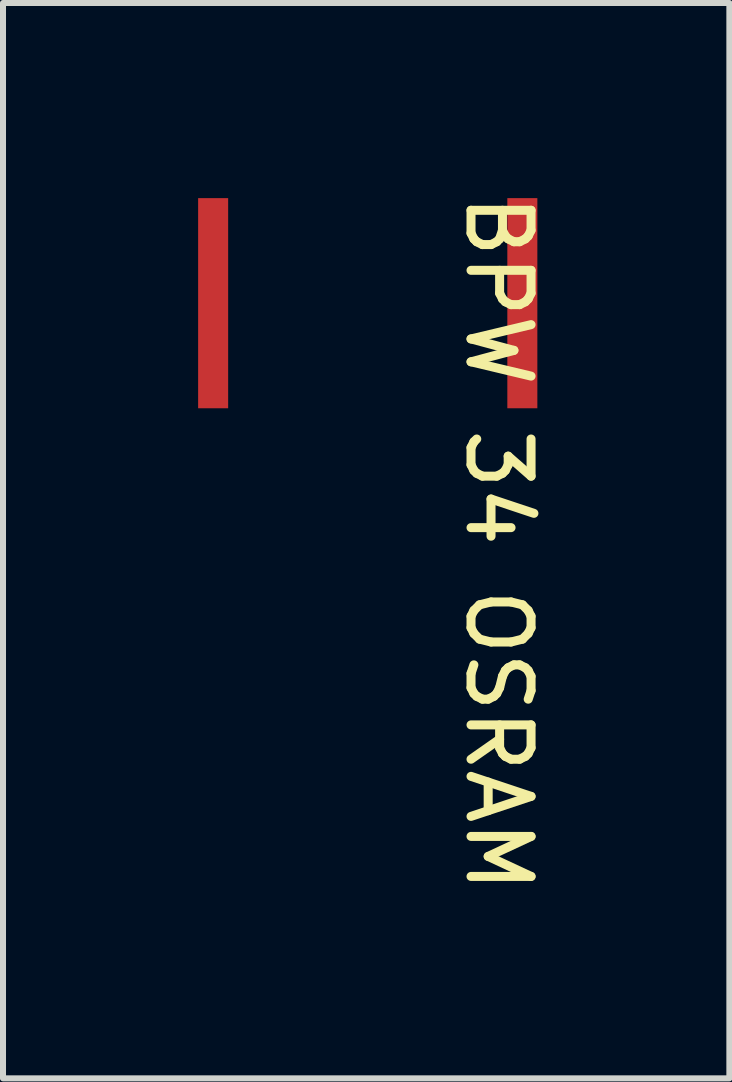
<source format=kicad_pcb>
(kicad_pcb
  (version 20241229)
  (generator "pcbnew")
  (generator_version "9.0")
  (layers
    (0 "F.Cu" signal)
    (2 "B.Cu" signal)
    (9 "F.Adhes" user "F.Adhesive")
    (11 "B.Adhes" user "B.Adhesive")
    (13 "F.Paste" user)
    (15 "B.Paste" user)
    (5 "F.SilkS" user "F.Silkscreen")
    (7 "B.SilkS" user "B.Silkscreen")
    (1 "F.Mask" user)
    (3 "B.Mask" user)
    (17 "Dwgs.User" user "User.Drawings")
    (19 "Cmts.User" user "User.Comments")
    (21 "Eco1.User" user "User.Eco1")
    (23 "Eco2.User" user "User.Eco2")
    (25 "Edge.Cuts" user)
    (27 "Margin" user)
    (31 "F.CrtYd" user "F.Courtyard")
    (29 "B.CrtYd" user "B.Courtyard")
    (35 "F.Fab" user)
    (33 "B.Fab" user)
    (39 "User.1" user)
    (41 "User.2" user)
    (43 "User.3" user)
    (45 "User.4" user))
  (footprint "BPW 34 OSRAM"
    (layer "F.Cu")
    (at 0.25 0.25)
    (property "Reference" "BPW 34 OSRAM" (at 5 5.75 270) (unlocked yes) (layer "F.SilkS") (effects (font (size 1 1) (thickness 0.15))))
    (pad "1" smd rect (at 0.25 1.75) (size 0.5 3.5) (layers "F.Cu" "F.Mask" "F.Paste"))
    (pad "2" smd rect (at 5.4 1.75) (size 0.5 3.5) (layers "F.Cu" "F.Mask" "F.Paste")))
  (gr_rect
    (start -3 -3)
    (end 9.098 14.911)
    (stroke (width 0.1) (type default))
    (fill no)
    (layer "Edge.Cuts")))
</source>
